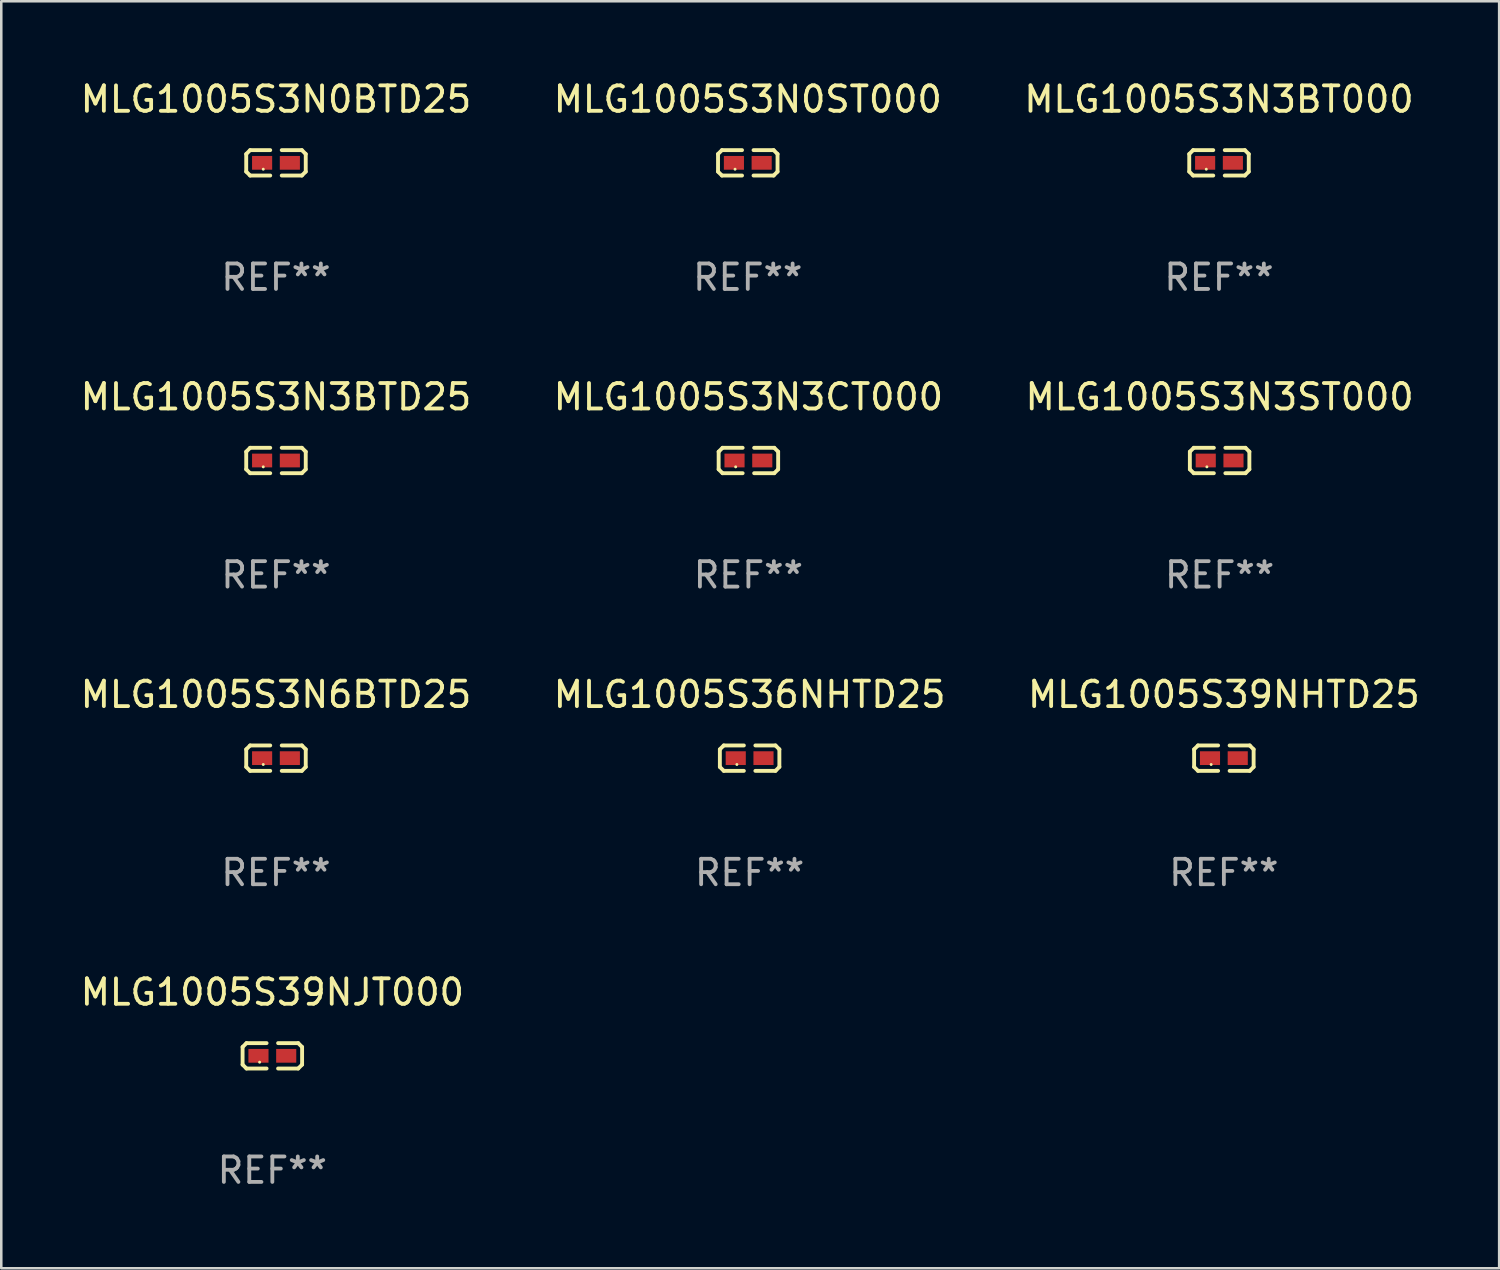
<source format=kicad_pcb>
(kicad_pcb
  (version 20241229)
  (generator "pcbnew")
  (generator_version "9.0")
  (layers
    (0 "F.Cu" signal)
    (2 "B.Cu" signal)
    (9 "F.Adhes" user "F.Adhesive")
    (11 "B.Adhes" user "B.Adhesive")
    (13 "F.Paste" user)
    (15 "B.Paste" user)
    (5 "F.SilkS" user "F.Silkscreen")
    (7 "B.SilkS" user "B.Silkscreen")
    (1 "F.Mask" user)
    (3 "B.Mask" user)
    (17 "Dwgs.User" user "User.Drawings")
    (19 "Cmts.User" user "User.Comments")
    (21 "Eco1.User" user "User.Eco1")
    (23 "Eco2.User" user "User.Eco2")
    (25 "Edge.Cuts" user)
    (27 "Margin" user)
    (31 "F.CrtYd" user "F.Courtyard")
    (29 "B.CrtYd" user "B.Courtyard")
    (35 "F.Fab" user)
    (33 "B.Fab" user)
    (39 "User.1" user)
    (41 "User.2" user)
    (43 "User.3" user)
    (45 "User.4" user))
  (footprint "MLG1005S3N3BTD25"
    (layer "F.Cu")
    (at 7.792 15.041)
    (property "Reference" "MLG1005S3N3BTD25" (at 0 -2.499 0) (layer "F.SilkS") (effects (font (size 1 1) (thickness 0.15))))
    (attr through_hole)
    (fp_line (start -1.169 -0.346) (end -1.016 -0.499) (stroke (width 0.152) (type solid)) (layer "F.SilkS"))
    (fp_line (start -1.169 0.346) (end -1.169 -0.346) (stroke (width 0.152) (type solid)) (layer "F.SilkS"))
    (fp_line (start -1.016 -0.499) (end -0.226 -0.499) (stroke (width 0.152) (type solid)) (layer "F.SilkS"))
    (fp_line (start -1.016 0.499) (end -1.169 0.346) (stroke (width 0.152) (type solid)) (layer "F.SilkS"))
    (fp_line (start -0.226 0.499) (end -1.016 0.499) (stroke (width 0.152) (type solid)) (layer "F.SilkS"))
    (fp_line (start 0.226 0.499) (end 1.016 0.499) (stroke (width 0.152) (type solid)) (layer "F.SilkS"))
    (fp_line (start 1.016 -0.499) (end 0.226 -0.499) (stroke (width 0.152) (type solid)) (layer "F.SilkS"))
    (fp_line (start 1.016 0.499) (end 1.169 0.346) (stroke (width 0.152) (type solid)) (layer "F.SilkS"))
    (fp_line (start 1.169 -0.346) (end 1.016 -0.499) (stroke (width 0.152) (type solid)) (layer "F.SilkS"))
    (fp_line (start 1.169 0.346) (end 1.169 -0.346) (stroke (width 0.152) (type solid)) (layer "F.SilkS"))
    (fp_circle (center -0.5 0.25) (end -0.47 0.25) (stroke (width 0.06) (type solid)) (fill no) (layer "F.SilkS"))
    (fp_text user "REF**" (at 0 4.499 0) (layer "F.Fab") (effects (font (size 1 1) (thickness 0.15))))
    (pad "1" smd rect (at -0.545 0) (size 0.79 0.54) (layers "F.Cu" "F.Mask" "F.Paste"))
    (pad "2" smd rect (at 0.545 0) (size 0.79 0.54) (layers "F.Cu" "F.Mask" "F.Paste")))
  (footprint "MLG1005S3N3BT000"
    (layer "F.Cu")
    (at 44.839 3.347)
    (property "Reference" "MLG1005S3N3BT000" (at 0 -2.499 0) (layer "F.SilkS") (effects (font (size 1 1) (thickness 0.15))))
    (attr through_hole)
    (fp_line (start -1.169 -0.346) (end -1.016 -0.499) (stroke (width 0.152) (type solid)) (layer "F.SilkS"))
    (fp_line (start -1.169 0.346) (end -1.169 -0.346) (stroke (width 0.152) (type solid)) (layer "F.SilkS"))
    (fp_line (start -1.016 -0.499) (end -0.226 -0.499) (stroke (width 0.152) (type solid)) (layer "F.SilkS"))
    (fp_line (start -1.016 0.499) (end -1.169 0.346) (stroke (width 0.152) (type solid)) (layer "F.SilkS"))
    (fp_line (start -0.226 0.499) (end -1.016 0.499) (stroke (width 0.152) (type solid)) (layer "F.SilkS"))
    (fp_line (start 0.226 0.499) (end 1.016 0.499) (stroke (width 0.152) (type solid)) (layer "F.SilkS"))
    (fp_line (start 1.016 -0.499) (end 0.226 -0.499) (stroke (width 0.152) (type solid)) (layer "F.SilkS"))
    (fp_line (start 1.016 0.499) (end 1.169 0.346) (stroke (width 0.152) (type solid)) (layer "F.SilkS"))
    (fp_line (start 1.169 -0.346) (end 1.016 -0.499) (stroke (width 0.152) (type solid)) (layer "F.SilkS"))
    (fp_line (start 1.169 0.346) (end 1.169 -0.346) (stroke (width 0.152) (type solid)) (layer "F.SilkS"))
    (fp_circle (center -0.5 0.25) (end -0.47 0.25) (stroke (width 0.06) (type solid)) (fill no) (layer "F.SilkS"))
    (fp_text user "REF**" (at 0 4.499 0) (layer "F.Fab") (effects (font (size 1 1) (thickness 0.15))))
    (pad "1" smd rect (at -0.545 0) (size 0.79 0.54) (layers "F.Cu" "F.Mask" "F.Paste"))
    (pad "2" smd rect (at 0.545 0) (size 0.79 0.54) (layers "F.Cu" "F.Mask" "F.Paste")))
  (footprint "MLG1005S3N0BTD25"
    (layer "F.Cu")
    (at 7.792 3.347)
    (property "Reference" "MLG1005S3N0BTD25" (at 0 -2.499 0) (layer "F.SilkS") (effects (font (size 1 1) (thickness 0.15))))
    (attr through_hole)
    (fp_line (start -1.169 -0.346) (end -1.016 -0.499) (stroke (width 0.152) (type solid)) (layer "F.SilkS"))
    (fp_line (start -1.169 0.346) (end -1.169 -0.346) (stroke (width 0.152) (type solid)) (layer "F.SilkS"))
    (fp_line (start -1.016 -0.499) (end -0.226 -0.499) (stroke (width 0.152) (type solid)) (layer "F.SilkS"))
    (fp_line (start -1.016 0.499) (end -1.169 0.346) (stroke (width 0.152) (type solid)) (layer "F.SilkS"))
    (fp_line (start -0.226 0.499) (end -1.016 0.499) (stroke (width 0.152) (type solid)) (layer "F.SilkS"))
    (fp_line (start 0.226 0.499) (end 1.016 0.499) (stroke (width 0.152) (type solid)) (layer "F.SilkS"))
    (fp_line (start 1.016 -0.499) (end 0.226 -0.499) (stroke (width 0.152) (type solid)) (layer "F.SilkS"))
    (fp_line (start 1.016 0.499) (end 1.169 0.346) (stroke (width 0.152) (type solid)) (layer "F.SilkS"))
    (fp_line (start 1.169 -0.346) (end 1.016 -0.499) (stroke (width 0.152) (type solid)) (layer "F.SilkS"))
    (fp_line (start 1.169 0.346) (end 1.169 -0.346) (stroke (width 0.152) (type solid)) (layer "F.SilkS"))
    (fp_circle (center -0.5 0.25) (end -0.47 0.25) (stroke (width 0.06) (type solid)) (fill no) (layer "F.SilkS"))
    (fp_text user "REF**" (at 0 4.499 0) (layer "F.Fab") (effects (font (size 1 1) (thickness 0.15))))
    (pad "1" smd rect (at -0.545 0) (size 0.79 0.54) (layers "F.Cu" "F.Mask" "F.Paste"))
    (pad "2" smd rect (at 0.545 0) (size 0.79 0.54) (layers "F.Cu" "F.Mask" "F.Paste")))
  (footprint "MLG1005S39NHTD25"
    (layer "F.Cu")
    (at 45.03 26.734)
    (property "Reference" "MLG1005S39NHTD25" (at 0 -2.499 0) (layer "F.SilkS") (effects (font (size 1 1) (thickness 0.15))))
    (attr through_hole)
    (fp_line (start -1.169 -0.346) (end -1.016 -0.499) (stroke (width 0.152) (type solid)) (layer "F.SilkS"))
    (fp_line (start -1.169 0.346) (end -1.169 -0.346) (stroke (width 0.152) (type solid)) (layer "F.SilkS"))
    (fp_line (start -1.016 -0.499) (end -0.226 -0.499) (stroke (width 0.152) (type solid)) (layer "F.SilkS"))
    (fp_line (start -1.016 0.499) (end -1.169 0.346) (stroke (width 0.152) (type solid)) (layer "F.SilkS"))
    (fp_line (start -0.226 0.499) (end -1.016 0.499) (stroke (width 0.152) (type solid)) (layer "F.SilkS"))
    (fp_line (start 0.226 0.499) (end 1.016 0.499) (stroke (width 0.152) (type solid)) (layer "F.SilkS"))
    (fp_line (start 1.016 -0.499) (end 0.226 -0.499) (stroke (width 0.152) (type solid)) (layer "F.SilkS"))
    (fp_line (start 1.016 0.499) (end 1.169 0.346) (stroke (width 0.152) (type solid)) (layer "F.SilkS"))
    (fp_line (start 1.169 -0.346) (end 1.016 -0.499) (stroke (width 0.152) (type solid)) (layer "F.SilkS"))
    (fp_line (start 1.169 0.346) (end 1.169 -0.346) (stroke (width 0.152) (type solid)) (layer "F.SilkS"))
    (fp_circle (center -0.5 0.25) (end -0.47 0.25) (stroke (width 0.06) (type solid)) (fill no) (layer "F.SilkS"))
    (fp_text user "REF**" (at 0 4.499 0) (layer "F.Fab") (effects (font (size 1 1) (thickness 0.15))))
    (pad "1" smd rect (at -0.545 0) (size 0.79 0.54) (layers "F.Cu" "F.Mask" "F.Paste"))
    (pad "2" smd rect (at 0.545 0) (size 0.79 0.54) (layers "F.Cu" "F.Mask" "F.Paste")))
  (footprint "MLG1005S39NJT000"
    (layer "F.Cu")
    (at 7.649 38.428)
    (property "Reference" "MLG1005S39NJT000" (at 0 -2.499 0) (layer "F.SilkS") (effects (font (size 1 1) (thickness 0.15))))
    (attr through_hole)
    (fp_line (start -1.169 -0.346) (end -1.016 -0.499) (stroke (width 0.152) (type solid)) (layer "F.SilkS"))
    (fp_line (start -1.169 0.346) (end -1.169 -0.346) (stroke (width 0.152) (type solid)) (layer "F.SilkS"))
    (fp_line (start -1.016 -0.499) (end -0.226 -0.499) (stroke (width 0.152) (type solid)) (layer "F.SilkS"))
    (fp_line (start -1.016 0.499) (end -1.169 0.346) (stroke (width 0.152) (type solid)) (layer "F.SilkS"))
    (fp_line (start -0.226 0.499) (end -1.016 0.499) (stroke (width 0.152) (type solid)) (layer "F.SilkS"))
    (fp_line (start 0.226 0.499) (end 1.016 0.499) (stroke (width 0.152) (type solid)) (layer "F.SilkS"))
    (fp_line (start 1.016 -0.499) (end 0.226 -0.499) (stroke (width 0.152) (type solid)) (layer "F.SilkS"))
    (fp_line (start 1.016 0.499) (end 1.169 0.346) (stroke (width 0.152) (type solid)) (layer "F.SilkS"))
    (fp_line (start 1.169 -0.346) (end 1.016 -0.499) (stroke (width 0.152) (type solid)) (layer "F.SilkS"))
    (fp_line (start 1.169 0.346) (end 1.169 -0.346) (stroke (width 0.152) (type solid)) (layer "F.SilkS"))
    (fp_circle (center -0.5 0.25) (end -0.47 0.25) (stroke (width 0.06) (type solid)) (fill no) (layer "F.SilkS"))
    (fp_text user "REF**" (at 0 4.499 0) (layer "F.Fab") (effects (font (size 1 1) (thickness 0.15))))
    (pad "1" smd rect (at -0.545 0) (size 0.79 0.54) (layers "F.Cu" "F.Mask" "F.Paste"))
    (pad "2" smd rect (at 0.545 0) (size 0.79 0.54) (layers "F.Cu" "F.Mask" "F.Paste")))
  (footprint "MLG1005S3N3ST000"
    (layer "F.Cu")
    (at 44.863 15.041)
    (property "Reference" "MLG1005S3N3ST000" (at 0 -2.499 0) (layer "F.SilkS") (effects (font (size 1 1) (thickness 0.15))))
    (attr through_hole)
    (fp_line (start -1.169 -0.346) (end -1.016 -0.499) (stroke (width 0.152) (type solid)) (layer "F.SilkS"))
    (fp_line (start -1.169 0.346) (end -1.169 -0.346) (stroke (width 0.152) (type solid)) (layer "F.SilkS"))
    (fp_line (start -1.016 -0.499) (end -0.226 -0.499) (stroke (width 0.152) (type solid)) (layer "F.SilkS"))
    (fp_line (start -1.016 0.499) (end -1.169 0.346) (stroke (width 0.152) (type solid)) (layer "F.SilkS"))
    (fp_line (start -0.226 0.499) (end -1.016 0.499) (stroke (width 0.152) (type solid)) (layer "F.SilkS"))
    (fp_line (start 0.226 0.499) (end 1.016 0.499) (stroke (width 0.152) (type solid)) (layer "F.SilkS"))
    (fp_line (start 1.016 -0.499) (end 0.226 -0.499) (stroke (width 0.152) (type solid)) (layer "F.SilkS"))
    (fp_line (start 1.016 0.499) (end 1.169 0.346) (stroke (width 0.152) (type solid)) (layer "F.SilkS"))
    (fp_line (start 1.169 -0.346) (end 1.016 -0.499) (stroke (width 0.152) (type solid)) (layer "F.SilkS"))
    (fp_line (start 1.169 0.346) (end 1.169 -0.346) (stroke (width 0.152) (type solid)) (layer "F.SilkS"))
    (fp_circle (center -0.5 0.25) (end -0.47 0.25) (stroke (width 0.06) (type solid)) (fill no) (layer "F.SilkS"))
    (fp_text user "REF**" (at 0 4.499 0) (layer "F.Fab") (effects (font (size 1 1) (thickness 0.15))))
    (pad "1" smd rect (at -0.545 0) (size 0.79 0.54) (layers "F.Cu" "F.Mask" "F.Paste"))
    (pad "2" smd rect (at 0.545 0) (size 0.79 0.54) (layers "F.Cu" "F.Mask" "F.Paste")))
  (footprint "MLG1005S3N6BTD25"
    (layer "F.Cu")
    (at 7.792 26.734)
    (property "Reference" "MLG1005S3N6BTD25" (at 0 -2.499 0) (layer "F.SilkS") (effects (font (size 1 1) (thickness 0.15))))
    (attr through_hole)
    (fp_line (start -1.169 -0.346) (end -1.016 -0.499) (stroke (width 0.152) (type solid)) (layer "F.SilkS"))
    (fp_line (start -1.169 0.346) (end -1.169 -0.346) (stroke (width 0.152) (type solid)) (layer "F.SilkS"))
    (fp_line (start -1.016 -0.499) (end -0.226 -0.499) (stroke (width 0.152) (type solid)) (layer "F.SilkS"))
    (fp_line (start -1.016 0.499) (end -1.169 0.346) (stroke (width 0.152) (type solid)) (layer "F.SilkS"))
    (fp_line (start -0.226 0.499) (end -1.016 0.499) (stroke (width 0.152) (type solid)) (layer "F.SilkS"))
    (fp_line (start 0.226 0.499) (end 1.016 0.499) (stroke (width 0.152) (type solid)) (layer "F.SilkS"))
    (fp_line (start 1.016 -0.499) (end 0.226 -0.499) (stroke (width 0.152) (type solid)) (layer "F.SilkS"))
    (fp_line (start 1.016 0.499) (end 1.169 0.346) (stroke (width 0.152) (type solid)) (layer "F.SilkS"))
    (fp_line (start 1.169 -0.346) (end 1.016 -0.499) (stroke (width 0.152) (type solid)) (layer "F.SilkS"))
    (fp_line (start 1.169 0.346) (end 1.169 -0.346) (stroke (width 0.152) (type solid)) (layer "F.SilkS"))
    (fp_circle (center -0.5 0.25) (end -0.47 0.25) (stroke (width 0.06) (type solid)) (fill no) (layer "F.SilkS"))
    (fp_text user "REF**" (at 0 4.499 0) (layer "F.Fab") (effects (font (size 1 1) (thickness 0.15))))
    (pad "1" smd rect (at -0.545 0) (size 0.79 0.54) (layers "F.Cu" "F.Mask" "F.Paste"))
    (pad "2" smd rect (at 0.545 0) (size 0.79 0.54) (layers "F.Cu" "F.Mask" "F.Paste")))
  (footprint "MLG1005S3N3CT000"
    (layer "F.Cu")
    (at 26.351 15.041)
    (property "Reference" "MLG1005S3N3CT000" (at 0 -2.499 0) (layer "F.SilkS") (effects (font (size 1 1) (thickness 0.15))))
    (attr through_hole)
    (fp_line (start -1.169 -0.346) (end -1.016 -0.499) (stroke (width 0.152) (type solid)) (layer "F.SilkS"))
    (fp_line (start -1.169 0.346) (end -1.169 -0.346) (stroke (width 0.152) (type solid)) (layer "F.SilkS"))
    (fp_line (start -1.016 -0.499) (end -0.226 -0.499) (stroke (width 0.152) (type solid)) (layer "F.SilkS"))
    (fp_line (start -1.016 0.499) (end -1.169 0.346) (stroke (width 0.152) (type solid)) (layer "F.SilkS"))
    (fp_line (start -0.226 0.499) (end -1.016 0.499) (stroke (width 0.152) (type solid)) (layer "F.SilkS"))
    (fp_line (start 0.226 0.499) (end 1.016 0.499) (stroke (width 0.152) (type solid)) (layer "F.SilkS"))
    (fp_line (start 1.016 -0.499) (end 0.226 -0.499) (stroke (width 0.152) (type solid)) (layer "F.SilkS"))
    (fp_line (start 1.016 0.499) (end 1.169 0.346) (stroke (width 0.152) (type solid)) (layer "F.SilkS"))
    (fp_line (start 1.169 -0.346) (end 1.016 -0.499) (stroke (width 0.152) (type solid)) (layer "F.SilkS"))
    (fp_line (start 1.169 0.346) (end 1.169 -0.346) (stroke (width 0.152) (type solid)) (layer "F.SilkS"))
    (fp_circle (center -0.5 0.25) (end -0.47 0.25) (stroke (width 0.06) (type solid)) (fill no) (layer "F.SilkS"))
    (fp_text user "REF**" (at 0 4.499 0) (layer "F.Fab") (effects (font (size 1 1) (thickness 0.15))))
    (pad "1" smd rect (at -0.545 0) (size 0.79 0.54) (layers "F.Cu" "F.Mask" "F.Paste"))
    (pad "2" smd rect (at 0.545 0) (size 0.79 0.54) (layers "F.Cu" "F.Mask" "F.Paste")))
  (footprint "MLG1005S3N0ST000"
    (layer "F.Cu")
    (at 26.327 3.347)
    (property "Reference" "MLG1005S3N0ST000" (at 0 -2.499 0) (layer "F.SilkS") (effects (font (size 1 1) (thickness 0.15))))
    (attr through_hole)
    (fp_line (start -1.169 -0.346) (end -1.016 -0.499) (stroke (width 0.152) (type solid)) (layer "F.SilkS"))
    (fp_line (start -1.169 0.346) (end -1.169 -0.346) (stroke (width 0.152) (type solid)) (layer "F.SilkS"))
    (fp_line (start -1.016 -0.499) (end -0.226 -0.499) (stroke (width 0.152) (type solid)) (layer "F.SilkS"))
    (fp_line (start -1.016 0.499) (end -1.169 0.346) (stroke (width 0.152) (type solid)) (layer "F.SilkS"))
    (fp_line (start -0.226 0.499) (end -1.016 0.499) (stroke (width 0.152) (type solid)) (layer "F.SilkS"))
    (fp_line (start 0.226 0.499) (end 1.016 0.499) (stroke (width 0.152) (type solid)) (layer "F.SilkS"))
    (fp_line (start 1.016 -0.499) (end 0.226 -0.499) (stroke (width 0.152) (type solid)) (layer "F.SilkS"))
    (fp_line (start 1.016 0.499) (end 1.169 0.346) (stroke (width 0.152) (type solid)) (layer "F.SilkS"))
    (fp_line (start 1.169 -0.346) (end 1.016 -0.499) (stroke (width 0.152) (type solid)) (layer "F.SilkS"))
    (fp_line (start 1.169 0.346) (end 1.169 -0.346) (stroke (width 0.152) (type solid)) (layer "F.SilkS"))
    (fp_circle (center -0.5 0.25) (end -0.47 0.25) (stroke (width 0.06) (type solid)) (fill no) (layer "F.SilkS"))
    (fp_text user "REF**" (at 0 4.499 0) (layer "F.Fab") (effects (font (size 1 1) (thickness 0.15))))
    (pad "1" smd rect (at -0.545 0) (size 0.79 0.54) (layers "F.Cu" "F.Mask" "F.Paste"))
    (pad "2" smd rect (at 0.545 0) (size 0.79 0.54) (layers "F.Cu" "F.Mask" "F.Paste")))
  (footprint "MLG1005S36NHTD25"
    (layer "F.Cu")
    (at 26.399 26.734)
    (property "Reference" "MLG1005S36NHTD25" (at 0 -2.499 0) (layer "F.SilkS") (effects (font (size 1 1) (thickness 0.15))))
    (attr through_hole)
    (fp_line (start -1.169 -0.346) (end -1.016 -0.499) (stroke (width 0.152) (type solid)) (layer "F.SilkS"))
    (fp_line (start -1.169 0.346) (end -1.169 -0.346) (stroke (width 0.152) (type solid)) (layer "F.SilkS"))
    (fp_line (start -1.016 -0.499) (end -0.226 -0.499) (stroke (width 0.152) (type solid)) (layer "F.SilkS"))
    (fp_line (start -1.016 0.499) (end -1.169 0.346) (stroke (width 0.152) (type solid)) (layer "F.SilkS"))
    (fp_line (start -0.226 0.499) (end -1.016 0.499) (stroke (width 0.152) (type solid)) (layer "F.SilkS"))
    (fp_line (start 0.226 0.499) (end 1.016 0.499) (stroke (width 0.152) (type solid)) (layer "F.SilkS"))
    (fp_line (start 1.016 -0.499) (end 0.226 -0.499) (stroke (width 0.152) (type solid)) (layer "F.SilkS"))
    (fp_line (start 1.016 0.499) (end 1.169 0.346) (stroke (width 0.152) (type solid)) (layer "F.SilkS"))
    (fp_line (start 1.169 -0.346) (end 1.016 -0.499) (stroke (width 0.152) (type solid)) (layer "F.SilkS"))
    (fp_line (start 1.169 0.346) (end 1.169 -0.346) (stroke (width 0.152) (type solid)) (layer "F.SilkS"))
    (fp_circle (center -0.5 0.25) (end -0.47 0.25) (stroke (width 0.06) (type solid)) (fill no) (layer "F.SilkS"))
    (fp_text user "REF**" (at 0 4.499 0) (layer "F.Fab") (effects (font (size 1 1) (thickness 0.15))))
    (pad "1" smd rect (at -0.545 0) (size 0.79 0.54) (layers "F.Cu" "F.Mask" "F.Paste"))
    (pad "2" smd rect (at 0.545 0) (size 0.79 0.54) (layers "F.Cu" "F.Mask" "F.Paste")))
  (gr_rect
    (start -3 -3)
    (end 55.845 46.775)
    (stroke (width 0.1) (type default))
    (fill no)
    (layer "Edge.Cuts")))
</source>
